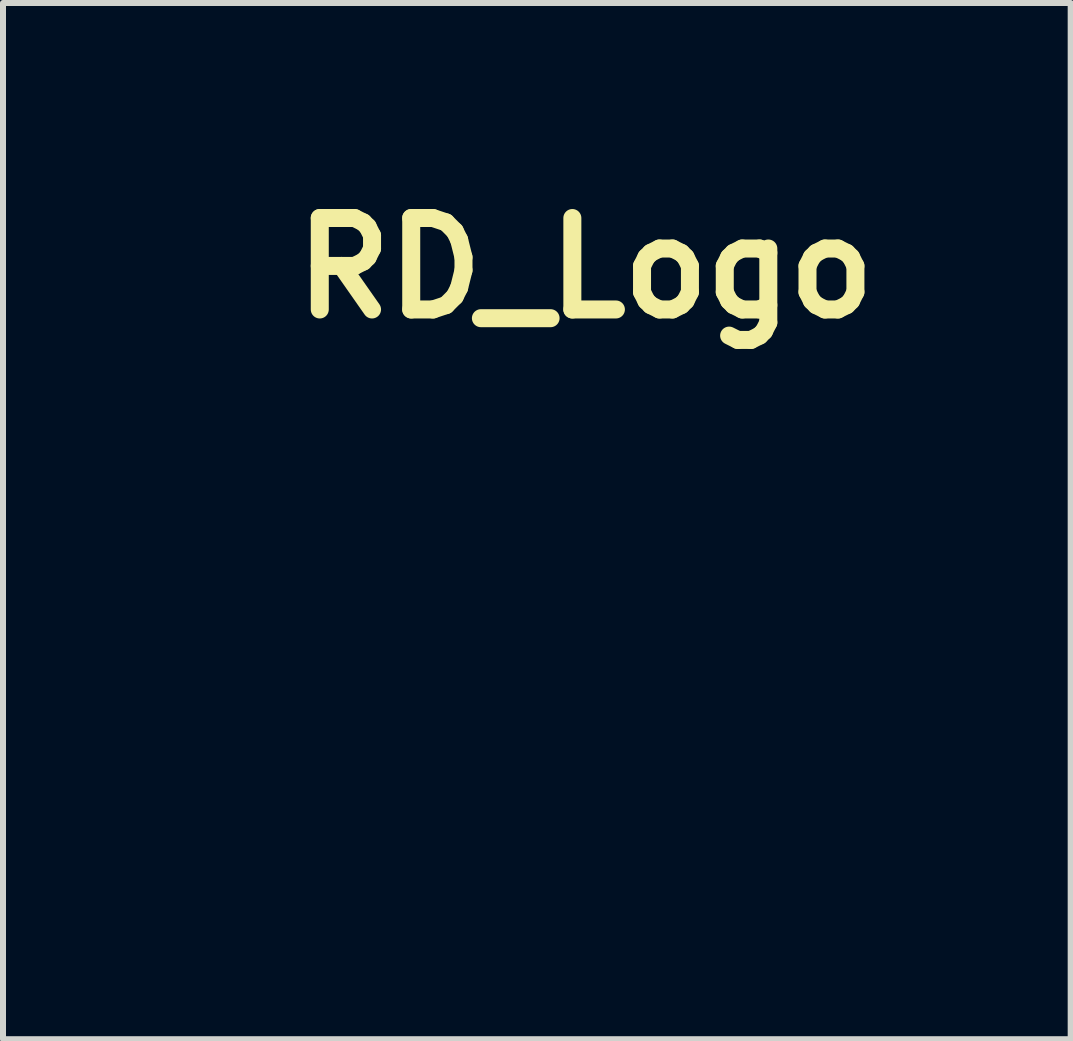
<source format=kicad_pcb>
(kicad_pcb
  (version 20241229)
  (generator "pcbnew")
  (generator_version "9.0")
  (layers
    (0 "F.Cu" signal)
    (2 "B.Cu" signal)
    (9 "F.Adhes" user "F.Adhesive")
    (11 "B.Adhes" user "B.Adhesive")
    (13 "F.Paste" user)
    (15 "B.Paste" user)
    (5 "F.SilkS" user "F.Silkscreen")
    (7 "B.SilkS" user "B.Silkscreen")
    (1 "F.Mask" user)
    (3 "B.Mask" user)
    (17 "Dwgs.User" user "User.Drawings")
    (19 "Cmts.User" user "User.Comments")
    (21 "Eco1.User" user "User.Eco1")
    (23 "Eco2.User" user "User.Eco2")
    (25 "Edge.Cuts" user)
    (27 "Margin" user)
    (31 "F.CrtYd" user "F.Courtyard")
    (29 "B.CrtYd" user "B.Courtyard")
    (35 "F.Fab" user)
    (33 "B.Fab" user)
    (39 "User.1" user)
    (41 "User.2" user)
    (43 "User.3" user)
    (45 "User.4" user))
  (footprint "RD_Logo"
    (layer "F.Cu")
    (at 1.656 9.278)
    (property "Reference" "RD_Logo" (at 5.05 -7.86 0) (layer "F.SilkS") (effects (font (size 1.524 1.524) (thickness 0.3))))
    (attr through_hole)
    (fp_poly (pts (xy 0.036 0.48) (xy 0.038 0.482) (xy 0.039 0.486) (xy 0.04 0.49) (xy 0.042 0.501) (xy 0.044 0.51) (xy 0.048 0.519) (xy 0.053 0.527) (xy 0.057 0.532) (xy 0.064 0.538) (xy 0.072 0.544) (xy 0.082 0.55) (xy 0.092 0.555) (xy 0.102 0.559) (xy 0.106 0.561) (xy 0.109 0.562) (xy 0.11 0.564) (xy 0.111 0.565) (xy 0.11 0.567) (xy 0.11 0.568) (xy 0.109 0.569) (xy 0.106 0.569) (xy 0.101 0.57) (xy 0.096 0.571) (xy 0.089 0.572) (xy 0.082 0.573) (xy 0.074 0.573) (xy 0.067 0.574) (xy 0.06 0.575) (xy 0.053 0.576) (xy 0.047 0.576) (xy 0.043 0.577) (xy 0.039 0.577) (xy 0.039 0.577) (xy 0.035 0.577) (xy 0.031 0.576) (xy 0.029 0.576) (xy 0.022 0.573) (xy 0.016 0.569) (xy 0.011 0.563) (xy 0.007 0.557) (xy 0.006 0.555) (xy 0.005 0.553) (xy 0.005 0.55) (xy 0.005 0.547) (xy 0.006 0.544) (xy 0.007 0.539) (xy 0.009 0.534) (xy 0.011 0.527) (xy 0.014 0.519) (xy 0.017 0.512) (xy 0.02 0.505) (xy 0.022 0.498) (xy 0.025 0.492) (xy 0.027 0.487) (xy 0.029 0.483) (xy 0.03 0.481) (xy 0.03 0.481) (xy 0.033 0.479) (xy 0.036 0.48)) (stroke (width 0.01) (type solid)) (fill yes) (layer "F.Mask"))
    (fp_poly (pts (xy -0.355 -1.675) (xy -0.354 -1.674) (xy -0.354 -1.673) (xy -0.354 -1.672) (xy -0.356 -1.67) (xy -0.358 -1.667) (xy -0.362 -1.663) (xy -0.367 -1.658) (xy -0.373 -1.651) (xy -0.373 -1.651) (xy -0.389 -1.635) (xy -0.404 -1.62) (xy -0.418 -1.606) (xy -0.43 -1.593) (xy -0.442 -1.581) (xy -0.453 -1.569) (xy -0.463 -1.557) (xy -0.47 -1.549) (xy -0.475 -1.544) (xy -0.479 -1.539) (xy -0.482 -1.535) (xy -0.486 -1.53) (xy -0.49 -1.525) (xy -0.494 -1.519) (xy -0.499 -1.512) (xy -0.504 -1.504) (xy -0.513 -1.492) (xy -0.522 -1.48) (xy -0.53 -1.468) (xy -0.538 -1.457) (xy -0.546 -1.447) (xy -0.553 -1.438) (xy -0.553 -1.438) (xy -0.566 -1.423) (xy -0.577 -1.408) (xy -0.588 -1.395) (xy -0.597 -1.383) (xy -0.606 -1.371) (xy -0.614 -1.36) (xy -0.619 -1.352) (xy -0.622 -1.347) (xy -0.626 -1.341) (xy -0.63 -1.333) (xy -0.635 -1.324) (xy -0.641 -1.313) (xy -0.647 -1.301) (xy -0.653 -1.289) (xy -0.66 -1.275) (xy -0.667 -1.261) (xy -0.674 -1.247) (xy -0.681 -1.232) (xy -0.688 -1.217) (xy -0.695 -1.202) (xy -0.702 -1.187) (xy -0.708 -1.174) (xy -0.713 -1.163) (xy -0.718 -1.151) (xy -0.724 -1.138) (xy -0.73 -1.125) (xy -0.736 -1.11) (xy -0.742 -1.096) (xy -0.748 -1.082) (xy -0.754 -1.069) (xy -0.759 -1.056) (xy -0.764 -1.043) (xy -0.768 -1.032) (xy -0.772 -1.023) (xy -0.775 -1.017) (xy -0.778 -1.01) (xy -0.78 -1.005) (xy -0.783 -1.002) (xy -0.785 -1.002) (xy -0.787 -1.002) (xy -0.789 -1.004) (xy -0.789 -1.004) (xy -0.791 -1.006) (xy -0.791 -1.008) (xy -0.791 -1.008) (xy -0.791 -1.009) (xy -0.791 -1.013) (xy -0.789 -1.017) (xy -0.788 -1.023) (xy -0.786 -1.03) (xy -0.784 -1.038) (xy -0.782 -1.046) (xy -0.78 -1.055) (xy -0.778 -1.063) (xy -0.776 -1.072) (xy -0.774 -1.08) (xy -0.772 -1.088) (xy -0.77 -1.094) (xy -0.768 -1.1) (xy -0.768 -1.101) (xy -0.762 -1.122) (xy -0.755 -1.145) (xy -0.747 -1.169) (xy -0.738 -1.196) (xy -0.728 -1.224) (xy -0.717 -1.253) (xy -0.705 -1.284) (xy -0.692 -1.315) (xy -0.686 -1.332) (xy -0.679 -1.348) (xy -0.674 -1.362) (xy -0.668 -1.374) (xy -0.664 -1.385) (xy -0.659 -1.394) (xy -0.656 -1.402) (xy -0.652 -1.409) (xy -0.649 -1.415) (xy -0.645 -1.421) (xy -0.642 -1.425) (xy -0.64 -1.429) (xy -0.639 -1.43) (xy -0.631 -1.439) (xy -0.621 -1.45) (xy -0.61 -1.462) (xy -0.598 -1.474) (xy -0.584 -1.487) (xy -0.569 -1.501) (xy -0.554 -1.516) (xy -0.537 -1.53) (xy -0.52 -1.545) (xy -0.503 -1.561) (xy -0.484 -1.576) (xy -0.466 -1.591) (xy -0.447 -1.607) (xy -0.429 -1.622) (xy -0.41 -1.636) (xy -0.391 -1.65) (xy -0.389 -1.652) (xy -0.381 -1.658) (xy -0.374 -1.663) (xy -0.369 -1.667) (xy -0.365 -1.67) (xy -0.362 -1.672) (xy -0.359 -1.674) (xy -0.358 -1.675) (xy -0.356 -1.675) (xy -0.356 -1.675) (xy -0.355 -1.675)) (stroke (width 0.01) (type solid)) (fill yes) (layer "F.Mask"))
    (fp_poly (pts (xy -1.022 -0.779) (xy -1.022 -0.779) (xy -1.019 -0.778) (xy -1.017 -0.777) (xy -1.014 -0.775) (xy -1.012 -0.772) (xy -1.009 -0.768) (xy -1.005 -0.763) (xy -1.003 -0.758) (xy -0.999 -0.752) (xy -0.995 -0.746) (xy -0.992 -0.74) (xy -0.989 -0.735) (xy -0.985 -0.728) (xy -0.982 -0.722) (xy -0.978 -0.715) (xy -0.974 -0.708) (xy -0.969 -0.699) (xy -0.964 -0.69) (xy -0.959 -0.68) (xy -0.953 -0.669) (xy -0.946 -0.656) (xy -0.939 -0.643) (xy -0.931 -0.627) (xy -0.922 -0.61) (xy -0.922 -0.61) (xy -0.906 -0.579) (xy -0.893 -0.566) (xy -0.891 -0.564) (xy -0.888 -0.561) (xy -0.884 -0.557) (xy -0.878 -0.551) (xy -0.872 -0.545) (xy -0.863 -0.537) (xy -0.854 -0.528) (xy -0.844 -0.518) (xy -0.832 -0.506) (xy -0.82 -0.494) (xy -0.806 -0.481) (xy -0.792 -0.467) (xy -0.776 -0.452) (xy -0.76 -0.437) (xy -0.743 -0.42) (xy -0.726 -0.403) (xy -0.708 -0.386) (xy -0.689 -0.367) (xy -0.669 -0.349) (xy -0.649 -0.329) (xy -0.629 -0.309) (xy -0.608 -0.289) (xy -0.587 -0.269) (xy -0.565 -0.248) (xy -0.56 -0.243) (xy -0.534 -0.217) (xy -0.509 -0.194) (xy -0.486 -0.171) (xy -0.464 -0.15) (xy -0.444 -0.13) (xy -0.424 -0.112) (xy -0.406 -0.094) (xy -0.389 -0.078) (xy -0.374 -0.063) (xy -0.359 -0.049) (xy -0.345 -0.035) (xy -0.333 -0.023) (xy -0.321 -0.012) (xy -0.31 -0.002) (xy -0.301 0.008) (xy -0.292 0.016) (xy -0.283 0.024) (xy -0.276 0.031) (xy -0.269 0.038) (xy -0.263 0.043) (xy -0.258 0.049) (xy -0.253 0.053) (xy -0.249 0.057) (xy -0.245 0.06) (xy -0.242 0.063) (xy -0.239 0.066) (xy -0.237 0.068) (xy -0.235 0.07) (xy -0.233 0.072) (xy -0.231 0.073) (xy -0.23 0.074) (xy -0.229 0.075) (xy -0.228 0.075) (xy -0.216 0.083) (xy -0.203 0.089) (xy -0.192 0.094) (xy -0.181 0.097) (xy -0.172 0.098) (xy -0.172 0.098) (xy -0.167 0.098) (xy -0.163 0.098) (xy -0.16 0.097) (xy -0.156 0.096) (xy -0.148 0.092) (xy -0.139 0.086) (xy -0.13 0.079) (xy -0.12 0.069) (xy -0.11 0.058) (xy -0.1 0.046) (xy -0.1 0.045) (xy -0.096 0.039) (xy -0.092 0.035) (xy -0.09 0.032) (xy -0.088 0.03) (xy -0.086 0.028) (xy -0.085 0.028) (xy -0.084 0.027) (xy -0.083 0.027) (xy -0.08 0.028) (xy -0.078 0.03) (xy -0.077 0.031) (xy -0.076 0.032) (xy -0.076 0.034) (xy -0.076 0.036) (xy -0.076 0.039) (xy -0.076 0.043) (xy -0.077 0.049) (xy -0.078 0.057) (xy -0.082 0.074) (xy -0.086 0.09) (xy -0.091 0.104) (xy -0.098 0.117) (xy -0.105 0.129) (xy -0.114 0.14) (xy -0.118 0.144) (xy -0.126 0.152) (xy -0.135 0.159) (xy -0.144 0.165) (xy -0.153 0.17) (xy -0.161 0.174) (xy -0.168 0.176) (xy -0.175 0.177) (xy -0.183 0.176) (xy -0.192 0.173) (xy -0.201 0.17) (xy -0.21 0.165) (xy -0.218 0.159) (xy -0.219 0.158) (xy -0.222 0.155) (xy -0.226 0.151) (xy -0.231 0.146) (xy -0.238 0.14) (xy -0.245 0.132) (xy -0.253 0.124) (xy -0.262 0.116) (xy -0.272 0.106) (xy -0.282 0.096) (xy -0.293 0.086) (xy -0.304 0.075) (xy -0.313 0.066) (xy -0.325 0.055) (xy -0.336 0.043) (xy -0.347 0.033) (xy -0.357 0.023) (xy -0.366 0.014) (xy -0.375 0.006) (xy -0.382 -0.001) (xy -0.388 -0.007) (xy -0.394 -0.012) (xy -0.398 -0.016) (xy -0.401 -0.019) (xy -0.402 -0.02) (xy -0.402 -0.02) (xy -0.403 -0.018) (xy -0.403 -0.015) (xy -0.404 -0.013) (xy -0.405 -0.003) (xy -0.407 0.007) (xy -0.41 0.019) (xy -0.414 0.031) (xy -0.418 0.043) (xy -0.422 0.055) (xy -0.423 0.058) (xy -0.428 0.071) (xy -0.434 0.082) (xy -0.439 0.093) (xy -0.445 0.104) (xy -0.451 0.115) (xy -0.458 0.127) (xy -0.467 0.139) (xy -0.472 0.147) (xy -0.477 0.154) (xy -0.482 0.161) (xy -0.487 0.169) (xy -0.493 0.176) (xy -0.499 0.184) (xy -0.505 0.192) (xy -0.51 0.199) (xy -0.515 0.205) (xy -0.519 0.211) (xy -0.523 0.215) (xy -0.526 0.219) (xy -0.528 0.221) (xy -0.529 0.222) (xy -0.531 0.222) (xy -0.534 0.222) (xy -0.538 0.222) (xy -0.544 0.222) (xy -0.55 0.222) (xy -0.556 0.222) (xy -0.562 0.222) (xy -0.568 0.222) (xy -0.573 0.222) (xy -0.576 0.222) (xy -0.577 0.222) (xy -0.59 0.221) (xy -0.602 0.219) (xy -0.613 0.217) (xy -0.625 0.214) (xy -0.638 0.211) (xy -0.659 0.204) (xy -0.681 0.196) (xy -0.703 0.187) (xy -0.724 0.178) (xy -0.737 0.172) (xy -0.753 0.163) (xy -0.768 0.155) (xy -0.781 0.147) (xy -0.793 0.138) (xy -0.805 0.129) (xy -0.817 0.119) (xy -0.829 0.108) (xy -0.834 0.103) (xy -0.851 0.085) (xy -0.867 0.066) (xy -0.882 0.047) (xy -0.897 0.026) (xy -0.911 0.004) (xy -0.925 -0.019) (xy -0.938 -0.045) (xy -0.942 -0.051) (xy -0.538 -0.051) (xy -0.537 -0.041) (xy -0.533 -0.03) (xy -0.529 -0.02) (xy -0.524 -0.014) (xy -0.517 -0.007) (xy -0.51 -0.002) (xy -0.503 0.002) (xy -0.496 0.005) (xy -0.495 0.005) (xy -0.489 0.006) (xy -0.483 0.006) (xy -0.477 0.005) (xy -0.477 0.005) (xy -0.469 0.002) (xy -0.462 -0.002) (xy -0.456 -0.008) (xy -0.454 -0.009) (xy -0.448 -0.016) (xy -0.444 -0.024) (xy -0.44 -0.033) (xy -0.437 -0.044) (xy -0.436 -0.049) (xy -0.435 -0.054) (xy -0.468 -0.085) (xy -0.474 -0.092) (xy -0.481 -0.098) (xy -0.486 -0.103) (xy -0.491 -0.108) (xy -0.496 -0.112) (xy -0.499 -0.115) (xy -0.501 -0.116) (xy -0.501 -0.117) (xy -0.503 -0.116) (xy -0.505 -0.114) (xy -0.509 -0.111) (xy -0.512 -0.108) (xy -0.516 -0.104) (xy -0.519 -0.1) (xy -0.522 -0.097) (xy -0.524 -0.095) (xy -0.53 -0.084) (xy -0.535 -0.074) (xy -0.537 -0.062) (xy -0.538 -0.051) (xy -0.942 -0.051) (xy -0.943 -0.055) (xy -0.959 -0.088) (xy -0.973 -0.121) (xy -0.986 -0.153) (xy -0.998 -0.185) (xy -1.007 -0.216) (xy -1.016 -0.247) (xy -1.017 -0.251) (xy -0.738 -0.251) (xy -0.738 -0.244) (xy -0.738 -0.238) (xy -0.738 -0.233) (xy -0.737 -0.229) (xy -0.736 -0.225) (xy -0.736 -0.222) (xy -0.731 -0.205) (xy -0.725 -0.188) (xy -0.716 -0.173) (xy -0.706 -0.158) (xy -0.7 -0.151) (xy -0.695 -0.145) (xy -0.69 -0.141) (xy -0.685 -0.138) (xy -0.684 -0.137) (xy -0.67 -0.13) (xy -0.655 -0.124) (xy -0.641 -0.12) (xy -0.635 -0.12) (xy -0.629 -0.119) (xy -0.621 -0.119) (xy -0.614 -0.12) (xy -0.608 -0.12) (xy -0.603 -0.121) (xy -0.592 -0.125) (xy -0.583 -0.131) (xy -0.574 -0.138) (xy -0.568 -0.144) (xy -0.566 -0.149) (xy -0.563 -0.154) (xy -0.56 -0.16) (xy -0.558 -0.165) (xy -0.557 -0.168) (xy -0.557 -0.168) (xy -0.558 -0.169) (xy -0.558 -0.17) (xy -0.559 -0.171) (xy -0.561 -0.173) (xy -0.563 -0.175) (xy -0.565 -0.178) (xy -0.569 -0.181) (xy -0.573 -0.186) (xy -0.578 -0.191) (xy -0.584 -0.197) (xy -0.591 -0.204) (xy -0.599 -0.212) (xy -0.609 -0.221) (xy -0.619 -0.231) (xy -0.631 -0.243) (xy -0.637 -0.249) (xy -0.648 -0.259) (xy -0.658 -0.269) (xy -0.668 -0.279) (xy -0.677 -0.288) (xy -0.686 -0.296) (xy -0.693 -0.304) (xy -0.7 -0.31) (xy -0.706 -0.316) (xy -0.711 -0.321) (xy -0.715 -0.324) (xy -0.717 -0.327) (xy -0.718 -0.328) (xy -0.718 -0.328) (xy -0.719 -0.327) (xy -0.72 -0.324) (xy -0.722 -0.321) (xy -0.724 -0.317) (xy -0.726 -0.312) (xy -0.728 -0.307) (xy -0.73 -0.303) (xy -0.73 -0.301) (xy -0.733 -0.292) (xy -0.735 -0.284) (xy -0.737 -0.276) (xy -0.738 -0.268) (xy -0.738 -0.259) (xy -0.738 -0.251) (xy -1.017 -0.251) (xy -1.022 -0.277) (xy -1.027 -0.306) (xy -1.031 -0.334) (xy -1.033 -0.36) (xy -1.033 -0.37) (xy -1.033 -0.378) (xy -1.033 -0.384) (xy -1.033 -0.388) (xy -1.033 -0.391) (xy -1.034 -0.393) (xy -1.034 -0.395) (xy -1.034 -0.396) (xy -1.035 -0.396) (xy -1.036 -0.397) (xy -1.039 -0.399) (xy -1.043 -0.402) (xy -1.049 -0.405) (xy -1.055 -0.409) (xy -1.063 -0.414) (xy -1.072 -0.42) (xy -1.082 -0.426) (xy -1.092 -0.433) (xy -1.103 -0.44) (xy -1.114 -0.447) (xy -1.129 -0.456) (xy -1.143 -0.465) (xy -1.155 -0.472) (xy -1.165 -0.479) (xy -1.175 -0.485) (xy -1.182 -0.49) (xy -1.188 -0.494) (xy -1.192 -0.497) (xy -1.195 -0.499) (xy -1.196 -0.499) (xy -1.198 -0.502) (xy -1.199 -0.504) (xy -1.2 -0.507) (xy -1.2 -0.508) (xy -1.199 -0.512) (xy -1.196 -0.516) (xy -1.192 -0.519) (xy -1.189 -0.521) (xy -1.184 -0.522) (xy -1.178 -0.522) (xy -1.172 -0.522) (xy -1.167 -0.521) (xy -1.167 -0.521) (xy -1.165 -0.52) (xy -1.162 -0.519) (xy -1.157 -0.517) (xy -1.151 -0.514) (xy -1.144 -0.511) (xy -1.136 -0.507) (xy -1.128 -0.503) (xy -1.12 -0.499) (xy -1.112 -0.495) (xy -1.105 -0.492) (xy -1.097 -0.488) (xy -1.091 -0.485) (xy -1.086 -0.482) (xy -1.083 -0.481) (xy -1.078 -0.478) (xy -1.072 -0.474) (xy -1.065 -0.47) (xy -1.057 -0.466) (xy -1.05 -0.462) (xy -1.048 -0.46) (xy -1.04 -0.456) (xy -1.034 -0.452) (xy -1.03 -0.45) (xy -1.026 -0.448) (xy -1.023 -0.447) (xy -1.021 -0.447) (xy -1.019 -0.447) (xy -1.017 -0.448) (xy -1.015 -0.449) (xy -1.011 -0.452) (xy -1.008 -0.457) (xy -1.004 -0.462) (xy -1.002 -0.467) (xy -1 -0.473) (xy -1 -0.477) (xy -1 -0.477) (xy -1.001 -0.478) (xy -1.001 -0.479) (xy -1.001 -0.48) (xy -1.002 -0.481) (xy -1.003 -0.482) (xy -1.004 -0.484) (xy -1.006 -0.486) (xy -1.009 -0.489) (xy -1.012 -0.493) (xy -1.016 -0.498) (xy -1.022 -0.504) (xy -1.028 -0.511) (xy -1.035 -0.519) (xy -1.044 -0.528) (xy -1.047 -0.532) (xy -1.058 -0.544) (xy -1.069 -0.556) (xy -1.08 -0.568) (xy -1.09 -0.58) (xy -1.1 -0.592) (xy -1.11 -0.602) (xy -1.119 -0.612) (xy -1.127 -0.621) (xy -1.134 -0.629) (xy -1.136 -0.632) (xy -1.143 -0.64) (xy -1.149 -0.647) (xy -1.153 -0.653) (xy -1.157 -0.657) (xy -1.16 -0.661) (xy -1.162 -0.664) (xy -1.163 -0.667) (xy -1.164 -0.669) (xy -1.164 -0.671) (xy -1.164 -0.674) (xy -1.164 -0.675) (xy -1.164 -0.682) (xy -1.161 -0.687) (xy -1.158 -0.692) (xy -1.154 -0.696) (xy -1.149 -0.698) (xy -1.144 -0.699) (xy -1.138 -0.698) (xy -1.138 -0.698) (xy -1.136 -0.697) (xy -1.134 -0.694) (xy -1.13 -0.691) (xy -1.125 -0.687) (xy -1.119 -0.681) (xy -1.113 -0.675) (xy -1.106 -0.669) (xy -1.099 -0.662) (xy -1.096 -0.659) (xy -1.087 -0.65) (xy -1.078 -0.641) (xy -1.069 -0.633) (xy -1.061 -0.625) (xy -1.053 -0.616) (xy -1.045 -0.608) (xy -1.036 -0.599) (xy -1.026 -0.589) (xy -1.016 -0.578) (xy -1.005 -0.566) (xy -0.996 -0.557) (xy -0.991 -0.552) (xy -0.986 -0.547) (xy -0.982 -0.543) (xy -0.978 -0.539) (xy -0.975 -0.537) (xy -0.974 -0.536) (xy -0.969 -0.535) (xy -0.964 -0.534) (xy -0.96 -0.535) (xy -0.957 -0.537) (xy -0.955 -0.54) (xy -0.954 -0.543) (xy -0.954 -0.547) (xy -0.955 -0.551) (xy -0.956 -0.553) (xy -0.957 -0.557) (xy -0.959 -0.562) (xy -0.962 -0.568) (xy -0.965 -0.576) (xy -0.969 -0.585) (xy -0.973 -0.594) (xy -0.978 -0.604) (xy -0.983 -0.615) (xy -0.984 -0.617) (xy -0.991 -0.634) (xy -0.998 -0.65) (xy -1.004 -0.663) (xy -1.01 -0.676) (xy -1.014 -0.687) (xy -1.019 -0.698) (xy -1.023 -0.707) (xy -1.026 -0.716) (xy -1.03 -0.725) (xy -1.032 -0.731) (xy -1.034 -0.736) (xy -1.035 -0.74) (xy -1.036 -0.743) (xy -1.036 -0.746) (xy -1.036 -0.75) (xy -1.036 -0.754) (xy -1.036 -0.761) (xy -1.036 -0.765) (xy -1.035 -0.768) (xy -1.034 -0.771) (xy -1.031 -0.774) (xy -1.029 -0.776) (xy -1.026 -0.778) (xy -1.024 -0.779) (xy -1.022 -0.779)) (stroke (width 0.01) (type solid)) (fill yes) (layer "F.Mask"))
    (fp_poly (pts (xy -0.148 -1.984) (xy -0.138 -1.984) (xy -0.129 -1.984) (xy -0.123 -1.983) (xy -0.11 -1.982) (xy -0.098 -1.981) (xy -0.086 -1.98) (xy -0.074 -1.979) (xy -0.062 -1.977) (xy -0.052 -1.975) (xy -0.042 -1.974) (xy -0.033 -1.972) (xy -0.026 -1.97) (xy -0.02 -1.969) (xy -0.016 -1.967) (xy -0.015 -1.967) (xy -0.01 -1.962) (xy -0.005 -1.956) (xy -0.001 -1.948) (xy 0.003 -1.938) (xy 0.007 -1.927) (xy 0.01 -1.913) (xy 0.013 -1.897) (xy 0.014 -1.895) (xy 0.015 -1.883) (xy 0.017 -1.87) (xy 0.019 -1.855) (xy 0.02 -1.839) (xy 0.022 -1.823) (xy 0.023 -1.805) (xy 0.024 -1.788) (xy 0.025 -1.77) (xy 0.026 -1.753) (xy 0.027 -1.736) (xy 0.027 -1.723) (xy 0.027 -1.711) (xy 0.027 -1.699) (xy 0.027 -1.688) (xy 0.027 -1.677) (xy 0.026 -1.666) (xy 0.026 -1.655) (xy 0.025 -1.642) (xy 0.024 -1.629) (xy 0.022 -1.614) (xy 0.021 -1.597) (xy 0.02 -1.593) (xy 0.02 -1.587) (xy 0.019 -1.581) (xy 0.019 -1.577) (xy 0.018 -1.573) (xy 0.018 -1.571) (xy 0.019 -1.571) (xy 0.02 -1.571) (xy 0.022 -1.57) (xy 0.027 -1.569) (xy 0.032 -1.567) (xy 0.039 -1.566) (xy 0.047 -1.564) (xy 0.055 -1.561) (xy 0.057 -1.561) (xy 0.096 -1.551) (xy 0.134 -1.541) (xy 0.17 -1.531) (xy 0.205 -1.521) (xy 0.238 -1.511) (xy 0.271 -1.502) (xy 0.302 -1.492) (xy 0.333 -1.481) (xy 0.364 -1.471) (xy 0.394 -1.461) (xy 0.424 -1.45) (xy 0.435 -1.446) (xy 0.492 -1.423) (xy 0.547 -1.4) (xy 0.601 -1.377) (xy 0.653 -1.352) (xy 0.703 -1.326) (xy 0.752 -1.3) (xy 0.799 -1.272) (xy 0.844 -1.244) (xy 0.887 -1.215) (xy 0.928 -1.186) (xy 0.968 -1.155) (xy 1.004 -1.125) (xy 1.034 -1.098) (xy 1.065 -1.069) (xy 1.096 -1.039) (xy 1.127 -1.007) (xy 1.157 -0.973) (xy 1.188 -0.939) (xy 1.218 -0.903) (xy 1.248 -0.866) (xy 1.277 -0.829) (xy 1.305 -0.79) (xy 1.311 -0.782) (xy 1.34 -0.74) (xy 1.368 -0.698) (xy 1.394 -0.657) (xy 1.418 -0.615) (xy 1.441 -0.573) (xy 1.464 -0.53) (xy 1.485 -0.486) (xy 1.506 -0.441) (xy 1.511 -0.428) (xy 1.533 -0.376) (xy 1.554 -0.322) (xy 1.573 -0.269) (xy 1.59 -0.215) (xy 1.606 -0.161) (xy 1.62 -0.108) (xy 1.632 -0.055) (xy 1.635 -0.04) (xy 1.637 -0.031) (xy 1.638 -0.021) (xy 1.64 -0.011) (xy 1.642 -0.001) (xy 1.644 0.009) (xy 1.645 0.018) (xy 1.647 0.027) (xy 1.648 0.035) (xy 1.649 0.041) (xy 1.649 0.047) (xy 1.65 0.051) (xy 1.65 0.053) (xy 1.65 0.053) (xy 1.649 0.053) (xy 1.647 0.05) (xy 1.645 0.047) (xy 1.641 0.041) (xy 1.637 0.035) (xy 1.632 0.027) (xy 1.627 0.018) (xy 1.621 0.009) (xy 1.614 -0.002) (xy 1.607 -0.013) (xy 1.6 -0.025) (xy 1.593 -0.037) (xy 1.585 -0.05) (xy 1.577 -0.063) (xy 1.569 -0.076) (xy 1.561 -0.09) (xy 1.553 -0.103) (xy 1.549 -0.109) (xy 1.534 -0.134) (xy 1.518 -0.159) (xy 1.503 -0.184) (xy 1.486 -0.208) (xy 1.469 -0.234) (xy 1.451 -0.259) (xy 1.432 -0.286) (xy 1.411 -0.314) (xy 1.4 -0.329) (xy 1.396 -0.334) (xy 1.391 -0.34) (xy 1.386 -0.348) (xy 1.38 -0.356) (xy 1.374 -0.364) (xy 1.368 -0.373) (xy 1.362 -0.381) (xy 1.362 -0.382) (xy 1.352 -0.395) (xy 1.344 -0.407) (xy 1.336 -0.418) (xy 1.33 -0.427) (xy 1.324 -0.435) (xy 1.318 -0.443) (xy 1.313 -0.449) (xy 1.309 -0.455) (xy 1.305 -0.46) (xy 1.301 -0.464) (xy 1.297 -0.468) (xy 1.294 -0.472) (xy 1.292 -0.474) (xy 1.288 -0.478) (xy 1.284 -0.482) (xy 1.279 -0.487) (xy 1.274 -0.492) (xy 1.27 -0.496) (xy 1.266 -0.5) (xy 1.262 -0.503) (xy 1.259 -0.506) (xy 1.257 -0.507) (xy 1.256 -0.508) (xy 1.256 -0.507) (xy 1.257 -0.504) (xy 1.259 -0.501) (xy 1.26 -0.497) (xy 1.265 -0.485) (xy 1.269 -0.471) (xy 1.275 -0.456) (xy 1.28 -0.439) (xy 1.285 -0.421) (xy 1.291 -0.402) (xy 1.297 -0.383) (xy 1.302 -0.362) (xy 1.308 -0.341) (xy 1.313 -0.32) (xy 1.318 -0.3) (xy 1.323 -0.279) (xy 1.325 -0.268) (xy 1.336 -0.215) (xy 1.346 -0.163) (xy 1.354 -0.112) (xy 1.361 -0.061) (xy 1.366 -0.012) (xy 1.37 0.036) (xy 1.372 0.084) (xy 1.373 0.13) (xy 1.373 0.175) (xy 1.371 0.218) (xy 1.368 0.252) (xy 1.364 0.293) (xy 1.358 0.334) (xy 1.35 0.377) (xy 1.341 0.42) (xy 1.33 0.464) (xy 1.318 0.509) (xy 1.304 0.555) (xy 1.288 0.601) (xy 1.271 0.647) (xy 1.253 0.694) (xy 1.233 0.741) (xy 1.212 0.789) (xy 1.211 0.791) (xy 1.208 0.797) (xy 1.205 0.804) (xy 1.202 0.811) (xy 1.198 0.818) (xy 1.195 0.826) (xy 1.191 0.833) (xy 1.188 0.84) (xy 1.185 0.847) (xy 1.182 0.852) (xy 1.18 0.856) (xy 1.178 0.859) (xy 1.178 0.861) (xy 1.178 0.861) (xy 1.177 0.86) (xy 1.178 0.858) (xy 1.178 0.855) (xy 1.178 0.853) (xy 1.179 0.844) (xy 1.181 0.833) (xy 1.182 0.821) (xy 1.183 0.806) (xy 1.184 0.79) (xy 1.185 0.773) (xy 1.187 0.755) (xy 1.187 0.75) (xy 1.187 0.743) (xy 1.187 0.735) (xy 1.188 0.726) (xy 1.188 0.716) (xy 1.188 0.704) (xy 1.188 0.692) (xy 1.188 0.68) (xy 1.188 0.667) (xy 1.188 0.654) (xy 1.188 0.642) (xy 1.188 0.63) (xy 1.188 0.619) (xy 1.188 0.609) (xy 1.188 0.601) (xy 1.187 0.593) (xy 1.187 0.588) (xy 1.187 0.587) (xy 1.186 0.576) (xy 1.185 0.566) (xy 1.184 0.555) (xy 1.182 0.542) (xy 1.181 0.529) (xy 1.179 0.515) (xy 1.177 0.499) (xy 1.174 0.482) (xy 1.172 0.468) (xy 1.171 0.455) (xy 1.169 0.441) (xy 1.167 0.426) (xy 1.165 0.41) (xy 1.163 0.395) (xy 1.161 0.38) (xy 1.159 0.366) (xy 1.158 0.358) (xy 1.156 0.335) (xy 1.153 0.313) (xy 1.151 0.294) (xy 1.149 0.276) (xy 1.147 0.26) (xy 1.145 0.246) (xy 1.143 0.233) (xy 1.141 0.221) (xy 1.14 0.21) (xy 1.138 0.2) (xy 1.136 0.191) (xy 1.135 0.183) (xy 1.133 0.176) (xy 1.132 0.17) (xy 1.13 0.163) (xy 1.128 0.158) (xy 1.128 0.155) (xy 1.124 0.145) (xy 1.124 0.165) (xy 1.122 0.186) (xy 1.12 0.208) (xy 1.116 0.231) (xy 1.111 0.255) (xy 1.105 0.28) (xy 1.098 0.305) (xy 1.09 0.33) (xy 1.081 0.355) (xy 1.072 0.379) (xy 1.062 0.403) (xy 1.051 0.426) (xy 1.046 0.435) (xy 1.043 0.442) (xy 1.039 0.448) (xy 1.036 0.454) (xy 1.033 0.46) (xy 1.029 0.466) (xy 1.025 0.473) (xy 1.02 0.48) (xy 1.015 0.489) (xy 1.009 0.498) (xy 1.002 0.509) (xy 0.995 0.52) (xy 0.986 0.533) (xy 0.978 0.545) (xy 0.971 0.556) (xy 0.965 0.566) (xy 0.959 0.574) (xy 0.954 0.582) (xy 0.95 0.589) (xy 0.946 0.596) (xy 0.943 0.602) (xy 0.939 0.608) (xy 0.936 0.615) (xy 0.934 0.619) (xy 0.927 0.635) (xy 0.92 0.65) (xy 0.915 0.665) (xy 0.91 0.679) (xy 0.906 0.695) (xy 0.903 0.711) (xy 0.901 0.725) (xy 0.894 0.775) (xy 0.888 0.824) (xy 0.884 0.874) (xy 0.882 0.923) (xy 0.88 0.971) (xy 0.88 1.019) (xy 0.881 1.066) (xy 0.884 1.112) (xy 0.888 1.157) (xy 0.893 1.201) (xy 0.9 1.243) (xy 0.905 1.271) (xy 0.907 1.277) (xy 0.908 1.284) (xy 0.91 1.291) (xy 0.912 1.299) (xy 0.913 1.306) (xy 0.915 1.314) (xy 0.917 1.32) (xy 0.918 1.326) (xy 0.919 1.33) (xy 0.92 1.331) (xy 0.92 1.332) (xy 0.918 1.33) (xy 0.915 1.328) (xy 0.912 1.324) (xy 0.907 1.32) (xy 0.901 1.314) (xy 0.895 1.308) (xy 0.888 1.301) (xy 0.881 1.293) (xy 0.873 1.285) (xy 0.866 1.277) (xy 0.858 1.269) (xy 0.85 1.26) (xy 0.842 1.252) (xy 0.839 1.249) (xy 0.801 1.206) (xy 0.764 1.163) (xy 0.729 1.12) (xy 0.694 1.077) (xy 0.661 1.034) (xy 0.63 0.99) (xy 0.6 0.947) (xy 0.571 0.904) (xy 0.544 0.861) (xy 0.518 0.819) (xy 0.494 0.777) (xy 0.472 0.735) (xy 0.452 0.694) (xy 0.44 0.669) (xy 0.433 0.652) (xy 0.425 0.633) (xy 0.416 0.612) (xy 0.408 0.59) (xy 0.398 0.566) (xy 0.389 0.541) (xy 0.379 0.514) (xy 0.369 0.487) (xy 0.359 0.458) (xy 0.349 0.429) (xy 0.339 0.398) (xy 0.338 0.396) (xy 0.335 0.385) (xy 0.331 0.376) (xy 0.329 0.368) (xy 0.326 0.362) (xy 0.325 0.357) (xy 0.323 0.354) (xy 0.322 0.351) (xy 0.322 0.35) (xy 0.321 0.35) (xy 0.321 0.35) (xy 0.321 0.352) (xy 0.319 0.355) (xy 0.317 0.359) (xy 0.315 0.364) (xy 0.315 0.364) (xy 0.313 0.37) (xy 0.311 0.374) (xy 0.309 0.377) (xy 0.307 0.379) (xy 0.305 0.381) (xy 0.305 0.381) (xy 0.3 0.385) (xy 0.299 0.426) (xy 0.299 0.467) (xy 0.315 0.483) (xy 0.327 0.496) (xy 0.338 0.508) (xy 0.347 0.518) (xy 0.354 0.528) (xy 0.36 0.537) (xy 0.364 0.545) (xy 0.368 0.553) (xy 0.368 0.554) (xy 0.369 0.557) (xy 0.37 0.56) (xy 0.37 0.563) (xy 0.37 0.566) (xy 0.369 0.571) (xy 0.369 0.571) (xy 0.366 0.589) (xy 0.361 0.606) (xy 0.355 0.624) (xy 0.346 0.641) (xy 0.336 0.658) (xy 0.325 0.675) (xy 0.32 0.681) (xy 0.316 0.687) (xy 0.309 0.693) (xy 0.302 0.7) (xy 0.295 0.708) (xy 0.287 0.715) (xy 0.28 0.722) (xy 0.273 0.727) (xy 0.272 0.728) (xy 0.252 0.743) (xy 0.231 0.757) (xy 0.207 0.77) (xy 0.182 0.783) (xy 0.156 0.795) (xy 0.129 0.806) (xy 0.1 0.816) (xy 0.071 0.825) (xy 0.04 0.833) (xy 0.009 0.84) (xy -0.019 0.845) (xy -0.038 0.848) (xy -0.057 0.851) (xy -0.074 0.853) (xy -0.092 0.854) (xy -0.11 0.855) (xy -0.128 0.855) (xy -0.148 0.855) (xy -0.151 0.855) (xy -0.191 0.854) (xy -0.231 0.851) (xy -0.271 0.847) (xy -0.312 0.842) (xy -0.352 0.836) (xy -0.391 0.829) (xy -0.429 0.821) (xy -0.442 0.817) (xy -0.468 0.81) (xy -0.496 0.802) (xy -0.524 0.793) (xy -0.552 0.783) (xy -0.581 0.773) (xy -0.609 0.761) (xy -0.636 0.75) (xy -0.644 0.746) (xy -0.65 0.744) (xy -0.655 0.741) (xy -0.659 0.74) (xy -0.662 0.738) (xy -0.664 0.738) (xy -0.664 0.738) (xy -0.663 0.739) (xy -0.662 0.741) (xy -0.66 0.744) (xy -0.657 0.748) (xy -0.655 0.751) (xy -0.639 0.774) (xy -0.622 0.799) (xy -0.605 0.826) (xy -0.588 0.853) (xy -0.571 0.881) (xy -0.555 0.909) (xy -0.539 0.937) (xy -0.529 0.956) (xy -0.513 0.988) (xy -0.496 1.022) (xy -0.48 1.055) (xy -0.465 1.09) (xy -0.45 1.124) (xy -0.436 1.158) (xy -0.423 1.193) (xy -0.411 1.227) (xy -0.399 1.26) (xy -0.388 1.294) (xy -0.378 1.326) (xy -0.369 1.358) (xy -0.361 1.389) (xy -0.355 1.419) (xy -0.349 1.447) (xy -0.345 1.475) (xy -0.342 1.49) (xy -0.341 1.499) (xy -0.341 1.508) (xy -0.34 1.516) (xy -0.339 1.524) (xy -0.339 1.532) (xy -0.338 1.539) (xy -0.338 1.545) (xy -0.338 1.549) (xy -0.339 1.552) (xy -0.339 1.553) (xy -0.339 1.553) (xy -0.34 1.553) (xy -0.341 1.55) (xy -0.343 1.546) (xy -0.346 1.541) (xy -0.349 1.536) (xy -0.352 1.529) (xy -0.353 1.528) (xy -0.366 1.503) (xy -0.379 1.478) (xy -0.392 1.454) (xy -0.405 1.431) (xy -0.418 1.409) (xy -0.43 1.388) (xy -0.442 1.369) (xy -0.453 1.351) (xy -0.464 1.334) (xy -0.467 1.329) (xy -0.472 1.322) (xy -0.478 1.313) (xy -0.484 1.304) (xy -0.491 1.295) (xy -0.497 1.286) (xy -0.503 1.279) (xy -0.509 1.271) (xy -0.515 1.263) (xy -0.521 1.254) (xy -0.527 1.246) (xy -0.533 1.239) (xy -0.538 1.233) (xy -0.538 1.232) (xy -0.543 1.226) (xy -0.547 1.219) (xy -0.552 1.213) (xy -0.556 1.207) (xy -0.559 1.202) (xy -0.56 1.201) (xy -0.562 1.198) (xy -0.564 1.195) (xy -0.565 1.193) (xy -0.566 1.192) (xy -0.566 1.192) (xy -0.566 1.193) (xy -0.566 1.195) (xy -0.566 1.199) (xy -0.565 1.204) (xy -0.564 1.21) (xy -0.562 1.218) (xy -0.56 1.229) (xy -0.56 1.229) (xy -0.556 1.251) (xy -0.551 1.276) (xy -0.547 1.301) (xy -0.541 1.328) (xy -0.536 1.356) (xy -0.53 1.385) (xy -0.525 1.414) (xy -0.519 1.443) (xy -0.513 1.472) (xy -0.507 1.501) (xy -0.501 1.529) (xy -0.495 1.556) (xy -0.49 1.583) (xy -0.484 1.607) (xy -0.482 1.619) (xy -0.48 1.628) (xy -0.478 1.638) (xy -0.476 1.647) (xy -0.474 1.656) (xy -0.472 1.664) (xy -0.471 1.67) (xy -0.47 1.675) (xy -0.47 1.675) (xy -0.464 1.703) (xy -0.46 1.734) (xy -0.455 1.766) (xy -0.452 1.8) (xy -0.449 1.835) (xy -0.447 1.866) (xy -0.447 1.873) (xy -0.446 1.881) (xy -0.446 1.89) (xy -0.446 1.9) (xy -0.446 1.91) (xy -0.446 1.92) (xy -0.445 1.93) (xy -0.445 1.94) (xy -0.445 1.95) (xy -0.445 1.958) (xy -0.445 1.965) (xy -0.445 1.971) (xy -0.446 1.975) (xy -0.446 1.977) (xy -0.447 1.985) (xy -0.468 1.972) (xy -0.502 1.95) (xy -0.537 1.927) (xy -0.572 1.902) (xy -0.608 1.877) (xy -0.645 1.851) (xy -0.681 1.824) (xy -0.718 1.796) (xy -0.753 1.768) (xy -0.789 1.741) (xy -0.823 1.713) (xy -0.846 1.694) (xy -0.876 1.669) (xy -0.903 1.646) (xy -0.93 1.622) (xy -0.956 1.599) (xy -0.981 1.576) (xy -1.006 1.553) (xy -1.031 1.528) (xy -1.053 1.506) (xy -1.081 1.479) (xy -1.107 1.452) (xy -1.132 1.426) (xy -1.155 1.4) (xy -1.178 1.375) (xy -1.2 1.349) (xy -1.222 1.323) (xy -1.243 1.297) (xy -1.265 1.269) (xy -1.286 1.241) (xy -1.303 1.218) (xy -1.339 1.166) (xy -1.374 1.114) (xy -1.407 1.06) (xy -1.438 1.006) (xy -1.467 0.95) (xy -1.495 0.894) (xy -1.521 0.837) (xy -1.545 0.779) (xy -1.564 0.728) (xy -1.573 0.702) (xy -1.582 0.676) (xy -1.59 0.651) (xy -1.597 0.627) (xy -1.603 0.605) (xy -1.607 0.587) (xy -1.614 0.556) (xy -1.62 0.524) (xy -1.626 0.49) (xy -1.631 0.456) (xy -1.636 0.42) (xy -1.639 0.39) (xy -1.55 0.39) (xy -1.55 0.412) (xy -1.548 0.445) (xy -1.545 0.477) (xy -1.541 0.508) (xy -1.535 0.539) (xy -1.527 0.57) (xy -1.521 0.59) (xy -1.518 0.601) (xy -1.514 0.614) (xy -1.509 0.629) (xy -1.503 0.645) (xy -1.498 0.662) (xy -1.491 0.679) (xy -1.485 0.698) (xy -1.478 0.716) (xy -1.471 0.735) (xy -1.464 0.754) (xy -1.457 0.773) (xy -1.451 0.791) (xy -1.444 0.809) (xy -1.437 0.826) (xy -1.431 0.841) (xy -1.426 0.856) (xy -1.42 0.869) (xy -1.418 0.874) (xy -1.398 0.921) (xy -1.377 0.966) (xy -1.355 1.009) (xy -1.332 1.051) (xy -1.309 1.091) (xy -1.285 1.128) (xy -1.261 1.164) (xy -1.235 1.198) (xy -1.227 1.209) (xy -1.219 1.219) (xy -1.211 1.228) (xy -1.203 1.238) (xy -1.196 1.247) (xy -1.187 1.256) (xy -1.179 1.266) (xy -1.17 1.276) (xy -1.161 1.286) (xy -1.15 1.297) (xy -1.14 1.308) (xy -1.128 1.32) (xy -1.115 1.334) (xy -1.101 1.348) (xy -1.085 1.363) (xy -1.074 1.374) (xy -1.058 1.391) (xy -1.042 1.407) (xy -1.027 1.421) (xy -1.014 1.435) (xy -1.001 1.448) (xy -0.988 1.46) (xy -0.976 1.471) (xy -0.964 1.482) (xy -0.952 1.493) (xy -0.94 1.504) (xy -0.927 1.516) (xy -0.914 1.527) (xy -0.912 1.53) (xy -0.903 1.538) (xy -0.895 1.544) (xy -0.889 1.55) (xy -0.884 1.554) (xy -0.88 1.558) (xy -0.877 1.561) (xy -0.874 1.563) (xy -0.873 1.564) (xy -0.872 1.565) (xy -0.871 1.565) (xy -0.871 1.566) (xy -0.871 1.566) (xy -0.871 1.565) (xy -0.871 1.562) (xy -0.872 1.558) (xy -0.874 1.553) (xy -0.875 1.547) (xy -0.876 1.544) (xy -0.892 1.493) (xy -0.91 1.443) (xy -0.929 1.393) (xy -0.95 1.345) (xy -0.972 1.297) (xy -0.996 1.25) (xy -1.021 1.205) (xy -1.048 1.161) (xy -1.048 1.161) (xy -1.058 1.145) (xy -1.068 1.13) (xy -1.079 1.115) (xy -1.089 1.099) (xy -1.1 1.084) (xy -1.112 1.068) (xy -1.125 1.051) (xy -1.138 1.033) (xy -1.152 1.015) (xy -1.168 0.995) (xy -1.184 0.974) (xy -1.186 0.972) (xy -1.199 0.956) (xy -1.211 0.941) (xy -1.222 0.927) (xy -1.234 0.913) (xy -1.245 0.9) (xy -1.256 0.887) (xy -1.268 0.874) (xy -1.28 0.861) (xy -1.293 0.846) (xy -1.307 0.831) (xy -1.316 0.822) (xy -1.322 0.815) (xy -1.329 0.808) (xy -1.335 0.801) (xy -1.341 0.795) (xy -1.346 0.789) (xy -1.351 0.784) (xy -1.354 0.781) (xy -1.354 0.781) (xy -1.376 0.754) (xy -1.398 0.726) (xy -1.419 0.695) (xy -1.439 0.664) (xy -1.458 0.631) (xy -1.475 0.596) (xy -1.492 0.561) (xy -1.507 0.525) (xy -1.521 0.488) (xy -1.533 0.45) (xy -1.54 0.427) (xy -1.542 0.42) (xy -1.544 0.413) (xy -1.546 0.407) (xy -1.547 0.401) (xy -1.547 0.401) (xy -1.55 0.39) (xy -1.639 0.39) (xy -1.64 0.382) (xy -1.643 0.343) (xy -1.646 0.303) (xy -1.648 0.26) (xy -1.65 0.216) (xy -1.65 0.204) (xy -1.65 0.194) (xy -1.65 0.183) (xy -1.651 0.171) (xy -1.651 0.157) (xy -1.651 0.142) (xy -1.651 0.126) (xy -1.651 0.11) (xy -1.651 0.094) (xy -1.651 0.077) (xy -1.65 0.061) (xy -1.65 0.045) (xy -1.65 0.031) (xy -1.65 0.017) (xy -1.65 0.004) (xy -1.649 -0.007) (xy -1.649 -0.017) (xy -1.649 -0.018) (xy -1.648 -0.047) (xy -1.647 -0.074) (xy -1.645 -0.099) (xy -1.644 -0.123) (xy -1.643 -0.146) (xy -1.641 -0.168) (xy -1.639 -0.189) (xy -1.638 -0.209) (xy -1.636 -0.229) (xy -1.634 -0.249) (xy -1.632 -0.269) (xy -1.631 -0.28) (xy -1.624 -0.33) (xy -1.428 -0.33) (xy -1.428 -0.326) (xy -1.428 -0.321) (xy -1.427 -0.314) (xy -1.426 -0.306) (xy -1.425 -0.299) (xy -1.421 -0.259) (xy -1.415 -0.219) (xy -1.408 -0.179) (xy -1.4 -0.14) (xy -1.391 -0.101) (xy -1.382 -0.063) (xy -1.372 -0.026) (xy -1.363 0.004) (xy -1.356 0.026) (xy -1.347 0.049) (xy -1.338 0.074) (xy -1.327 0.1) (xy -1.314 0.128) (xy -1.301 0.157) (xy -1.287 0.186) (xy -1.272 0.217) (xy -1.255 0.249) (xy -1.238 0.281) (xy -1.22 0.315) (xy -1.201 0.349) (xy -1.181 0.383) (xy -1.16 0.418) (xy -1.157 0.423) (xy -1.135 0.46) (xy -1.113 0.496) (xy -1.091 0.53) (xy -1.07 0.562) (xy -1.049 0.594) (xy -1.028 0.623) (xy -1.009 0.651) (xy -0.99 0.677) (xy -0.971 0.701) (xy -0.965 0.709) (xy -0.955 0.721) (xy -0.945 0.734) (xy -0.935 0.748) (xy -0.924 0.763) (xy -0.913 0.777) (xy -0.905 0.788) (xy -0.898 0.798) (xy -0.89 0.81) (xy -0.881 0.824) (xy -0.871 0.838) (xy -0.861 0.853) (xy -0.85 0.87) (xy -0.839 0.886) (xy -0.828 0.904) (xy -0.816 0.921) (xy -0.805 0.938) (xy -0.794 0.955) (xy -0.783 0.972) (xy -0.773 0.988) (xy -0.763 1.004) (xy -0.754 1.018) (xy -0.746 1.032) (xy -0.739 1.044) (xy -0.735 1.05) (xy -0.725 1.067) (xy -0.716 1.083) (xy -0.706 1.1) (xy -0.697 1.117) (xy -0.688 1.134) (xy -0.68 1.151) (xy -0.672 1.167) (xy -0.665 1.182) (xy -0.659 1.195) (xy -0.653 1.208) (xy -0.651 1.214) (xy -0.649 1.218) (xy -0.648 1.222) (xy -0.647 1.224) (xy -0.646 1.224) (xy -0.646 1.223) (xy -0.645 1.221) (xy -0.645 1.217) (xy -0.644 1.211) (xy -0.644 1.205) (xy -0.644 1.204) (xy -0.643 1.193) (xy -0.642 1.181) (xy -0.642 1.169) (xy -0.641 1.158) (xy -0.641 1.148) (xy -0.641 1.139) (xy -0.642 1.132) (xy -0.642 1.13) (xy -0.645 1.11) (xy -0.649 1.09) (xy -0.654 1.069) (xy -0.659 1.054) (xy -0.661 1.049) (xy -0.662 1.045) (xy -0.663 1.042) (xy -0.663 1.04) (xy -0.663 1.038) (xy -0.663 1.038) (xy -0.66 1.035) (xy -0.657 1.034) (xy -0.654 1.034) (xy -0.652 1.035) (xy -0.649 1.037) (xy -0.645 1.04) (xy -0.639 1.045) (xy -0.633 1.051) (xy -0.625 1.057) (xy -0.616 1.065) (xy -0.607 1.073) (xy -0.597 1.082) (xy -0.586 1.092) (xy -0.575 1.102) (xy -0.563 1.113) (xy -0.551 1.124) (xy -0.539 1.136) (xy -0.526 1.147) (xy -0.514 1.159) (xy -0.508 1.165) (xy -0.503 1.17) (xy -0.499 1.173) (xy -0.495 1.177) (xy -0.493 1.179) (xy -0.491 1.18) (xy -0.491 1.18) (xy -0.491 1.179) (xy -0.492 1.177) (xy -0.493 1.173) (xy -0.495 1.168) (xy -0.497 1.162) (xy -0.497 1.161) (xy -0.512 1.123) (xy -0.528 1.084) (xy -0.545 1.046) (xy -0.564 1.009) (xy -0.583 0.971) (xy -0.605 0.933) (xy -0.628 0.896) (xy -0.652 0.857) (xy -0.679 0.818) (xy -0.693 0.798) (xy -0.706 0.779) (xy -0.718 0.762) (xy -0.73 0.746) (xy -0.741 0.732) (xy -0.752 0.718) (xy -0.762 0.705) (xy -0.772 0.692) (xy -0.783 0.679) (xy -0.793 0.667) (xy -0.804 0.655) (xy -0.816 0.642) (xy -0.828 0.628) (xy -0.841 0.614) (xy -0.855 0.599) (xy -0.866 0.588) (xy -0.882 0.571) (xy -0.897 0.556) (xy -0.91 0.542) (xy -0.922 0.529) (xy -0.933 0.517) (xy -0.943 0.506) (xy -0.952 0.497) (xy -0.961 0.488) (xy -0.968 0.479) (xy -0.975 0.472) (xy -0.981 0.464) (xy -0.987 0.458) (xy -0.992 0.451) (xy -0.997 0.445) (xy -1.002 0.439) (xy -1.007 0.433) (xy -1.011 0.427) (xy -1.016 0.421) (xy -1.016 0.42) (xy -1.026 0.407) (xy -1.036 0.392) (xy -1.048 0.376) (xy -1.059 0.358) (xy -1.072 0.34) (xy -1.084 0.32) (xy -1.097 0.301) (xy -1.11 0.28) (xy -1.123 0.26) (xy -1.136 0.24) (xy -1.149 0.219) (xy -1.161 0.2) (xy -1.173 0.18) (xy -1.184 0.162) (xy -1.194 0.144) (xy -1.204 0.128) (xy -1.206 0.125) (xy -1.23 0.082) (xy -1.254 0.037) (xy -1.277 -0.009) (xy -1.3 -0.057) (xy -1.323 -0.105) (xy -1.345 -0.154) (xy -1.366 -0.204) (xy -1.386 -0.253) (xy -1.4 -0.29) (xy -1.403 -0.298) (xy -1.406 -0.305) (xy -1.409 -0.313) (xy -1.412 -0.319) (xy -1.413 -0.324) (xy -1.415 -0.328) (xy -1.416 -0.33) (xy -1.418 -0.335) (xy -1.42 -0.338) (xy -1.422 -0.339) (xy -1.425 -0.339) (xy -1.426 -0.338) (xy -1.427 -0.337) (xy -1.428 -0.336) (xy -1.428 -0.335) (xy -1.428 -0.333) (xy -1.428 -0.33) (xy -1.624 -0.33) (xy -1.623 -0.337) (xy -1.615 -0.392) (xy -1.604 -0.448) (xy -1.593 -0.502) (xy -1.58 -0.556) (xy -1.565 -0.61) (xy -1.554 -0.645) (xy -1.416 -0.645) (xy -1.416 -0.629) (xy -1.416 -0.612) (xy -1.415 -0.594) (xy -1.414 -0.576) (xy -1.414 -0.559) (xy -1.413 -0.541) (xy -1.412 -0.524) (xy -1.41 -0.508) (xy -1.409 -0.492) (xy -1.407 -0.478) (xy -1.406 -0.465) (xy -1.404 -0.454) (xy -1.402 -0.445) (xy -1.4 -0.432) (xy -1.396 -0.42) (xy -1.392 -0.407) (xy -1.388 -0.393) (xy -1.382 -0.38) (xy -1.376 -0.365) (xy -1.368 -0.35) (xy -1.36 -0.333) (xy -1.351 -0.316) (xy -1.341 -0.296) (xy -1.338 -0.291) (xy -1.329 -0.275) (xy -1.321 -0.26) (xy -1.313 -0.247) (xy -1.307 -0.235) (xy -1.301 -0.224) (xy -1.296 -0.213) (xy -1.292 -0.203) (xy -1.287 -0.193) (xy -1.283 -0.184) (xy -1.28 -0.174) (xy -1.276 -0.164) (xy -1.272 -0.153) (xy -1.271 -0.148) (xy -1.265 -0.133) (xy -1.26 -0.118) (xy -1.253 -0.102) (xy -1.247 -0.086) (xy -1.239 -0.07) (xy -1.231 -0.053) (xy -1.222 -0.036) (xy -1.213 -0.018) (xy -1.202 0.001) (xy -1.191 0.021) (xy -1.179 0.042) (xy -1.166 0.064) (xy -1.151 0.087) (xy -1.136 0.111) (xy -1.119 0.137) (xy -1.108 0.155) (xy -1.102 0.163) (xy -1.097 0.172) (xy -1.09 0.182) (xy -1.084 0.192) (xy -1.077 0.202) (xy -1.07 0.213) (xy -1.063 0.224) (xy -1.056 0.234) (xy -1.05 0.244) (xy -1.044 0.253) (xy -1.038 0.261) (xy -1.033 0.269) (xy -1.029 0.275) (xy -1.026 0.28) (xy -1.024 0.282) (xy -1.017 0.291) (xy -1.011 0.301) (xy -1.004 0.311) (xy -0.996 0.321) (xy -0.989 0.331) (xy -0.98 0.342) (xy -0.972 0.353) (xy -0.963 0.365) (xy -0.953 0.378) (xy -0.942 0.391) (xy -0.931 0.406) (xy -0.919 0.421) (xy -0.906 0.437) (xy -0.892 0.455) (xy -0.876 0.473) (xy -0.86 0.493) (xy -0.843 0.515) (xy -0.824 0.538) (xy -0.823 0.539) (xy -0.762 0.614) (xy -0.746 0.622) (xy -0.695 0.645) (xy -0.645 0.666) (xy -0.595 0.685) (xy -0.544 0.703) (xy -0.493 0.718) (xy -0.443 0.731) (xy -0.392 0.743) (xy -0.384 0.745) (xy -0.363 0.749) (xy -0.342 0.752) (xy -0.322 0.756) (xy -0.302 0.758) (xy -0.282 0.761) (xy -0.261 0.763) (xy -0.239 0.765) (xy -0.216 0.767) (xy -0.191 0.768) (xy -0.186 0.768) (xy -0.183 0.769) (xy -0.179 0.769) (xy -0.173 0.769) (xy -0.167 0.769) (xy -0.16 0.769) (xy -0.158 0.769) (xy -0.136 0.769) (xy -0.148 0.758) (xy -0.158 0.748) (xy -0.166 0.738) (xy -0.173 0.728) (xy -0.179 0.719) (xy -0.183 0.708) (xy -0.187 0.697) (xy -0.188 0.693) (xy -0.191 0.68) (xy -0.193 0.665) (xy -0.193 0.648) (xy -0.192 0.63) (xy -0.189 0.611) (xy -0.187 0.595) (xy -0.183 0.578) (xy -0.179 0.563) (xy -0.175 0.55) (xy -0.17 0.538) (xy -0.164 0.529) (xy -0.157 0.521) (xy -0.152 0.516) (xy -0.15 0.515) (xy -0.148 0.513) (xy -0.148 0.513) (xy -0.148 0.514) (xy -0.148 0.517) (xy -0.148 0.521) (xy -0.148 0.526) (xy -0.148 0.528) (xy -0.149 0.537) (xy -0.149 0.548) (xy -0.149 0.56) (xy -0.149 0.572) (xy -0.149 0.583) (xy -0.149 0.593) (xy -0.148 0.599) (xy -0.147 0.618) (xy -0.145 0.636) (xy -0.142 0.652) (xy -0.138 0.667) (xy -0.134 0.68) (xy -0.129 0.693) (xy -0.122 0.706) (xy -0.115 0.718) (xy -0.107 0.729) (xy -0.104 0.733) (xy -0.099 0.739) (xy -0.093 0.745) (xy -0.088 0.751) (xy -0.082 0.756) (xy -0.077 0.76) (xy -0.072 0.762) (xy -0.069 0.764) (xy -0.067 0.764) (xy -0.064 0.764) (xy -0.059 0.763) (xy -0.053 0.762) (xy -0.046 0.761) (xy -0.037 0.76) (xy -0.029 0.759) (xy -0.019 0.757) (xy -0.01 0.755) (xy -0.001 0.754) (xy 0.007 0.752) (xy 0.015 0.75) (xy 0.016 0.75) (xy 0.04 0.745) (xy 0.065 0.738) (xy 0.088 0.732) (xy 0.112 0.724) (xy 0.134 0.717) (xy 0.156 0.709) (xy 0.176 0.701) (xy 0.195 0.692) (xy 0.212 0.684) (xy 0.227 0.676) (xy 0.231 0.674) (xy 0.244 0.665) (xy 0.256 0.656) (xy 0.268 0.646) (xy 0.279 0.636) (xy 0.289 0.626) (xy 0.297 0.616) (xy 0.304 0.606) (xy 0.309 0.597) (xy 0.313 0.588) (xy 0.314 0.583) (xy 0.316 0.576) (xy 0.316 0.569) (xy 0.315 0.563) (xy 0.314 0.559) (xy 0.31 0.548) (xy 0.305 0.538) (xy 0.297 0.528) (xy 0.287 0.518) (xy 0.276 0.508) (xy 0.267 0.502) (xy 0.263 0.499) (xy 0.258 0.497) (xy 0.254 0.494) (xy 0.248 0.491) (xy 0.241 0.488) (xy 0.233 0.484) (xy 0.23 0.482) (xy 0.218 0.477) (xy 0.209 0.471) (xy 0.201 0.466) (xy 0.195 0.462) (xy 0.193 0.459) (xy 0.188 0.453) (xy 0.184 0.444) (xy 0.179 0.434) (xy 0.176 0.422) (xy 0.173 0.411) (xy 0.251 0.411) (xy 0.251 0.411) (xy 0.252 0.411) (xy 0.251 0.41) (xy 0.251 0.411) (xy 0.173 0.411) (xy 0.172 0.408) (xy 0.169 0.392) (xy 0.168 0.39) (xy 0.165 0.371) (xy 0.162 0.35) (xy 0.16 0.328) (xy 0.158 0.305) (xy 0.157 0.281) (xy 0.157 0.257) (xy 0.156 0.244) (xy 0.156 0.235) (xy 0.157 0.227) (xy 0.157 0.222) (xy 0.157 0.218) (xy 0.158 0.214) (xy 0.158 0.212) (xy 0.159 0.211) (xy 0.241 0.211) (xy 0.241 0.221) (xy 0.241 0.226) (xy 0.242 0.23) (xy 0.242 0.233) (xy 0.244 0.236) (xy 0.245 0.238) (xy 0.249 0.246) (xy 0.256 0.252) (xy 0.263 0.257) (xy 0.272 0.26) (xy 0.282 0.262) (xy 0.288 0.262) (xy 0.296 0.262) (xy 0.295 0.259) (xy 0.294 0.258) (xy 0.293 0.254) (xy 0.292 0.249) (xy 0.29 0.244) (xy 0.288 0.238) (xy 0.288 0.236) (xy 0.286 0.23) (xy 0.284 0.224) (xy 0.283 0.22) (xy 0.282 0.216) (xy 0.281 0.215) (xy 0.281 0.214) (xy 0.28 0.214) (xy 0.277 0.214) (xy 0.273 0.213) (xy 0.269 0.213) (xy 0.263 0.213) (xy 0.257 0.212) (xy 0.251 0.212) (xy 0.249 0.212) (xy 0.241 0.211) (xy 0.159 0.211) (xy 0.159 0.21) (xy 0.16 0.208) (xy 0.161 0.207) (xy 0.163 0.206) (xy 0.163 0.206) (xy 0.164 0.207) (xy 0.164 0.207) (xy 0.164 0.206) (xy 0.165 0.203) (xy 0.164 0.2) (xy 0.164 0.198) (xy 0.163 0.196) (xy 0.161 0.195) (xy 0.158 0.193) (xy 0.154 0.189) (xy 0.15 0.185) (xy 0.146 0.181) (xy 0.142 0.177) (xy 0.139 0.173) (xy 0.137 0.17) (xy 0.136 0.17) (xy 0.134 0.163) (xy 0.131 0.155) (xy 0.13 0.144) (xy 0.129 0.137) (xy 0.129 0.131) (xy 0.128 0.125) (xy 0.127 0.119) (xy 0.127 0.116) (xy 0.127 0.115) (xy 0.126 0.108) (xy 0.127 0.099) (xy 0.128 0.09) (xy 0.13 0.08) (xy 0.133 0.071) (xy 0.136 0.062) (xy 0.139 0.054) (xy 0.143 0.048) (xy 0.146 0.044) (xy 0.148 0.042) (xy 0.15 0.041) (xy 0.15 0.041) (xy 0.151 0.042) (xy 0.151 0.044) (xy 0.151 0.047) (xy 0.151 0.051) (xy 0.151 0.056) (xy 0.151 0.061) (xy 0.151 0.068) (xy 0.151 0.073) (xy 0.153 0.09) (xy 0.155 0.105) (xy 0.157 0.118) (xy 0.16 0.129) (xy 0.164 0.138) (xy 0.169 0.146) (xy 0.174 0.152) (xy 0.174 0.152) (xy 0.181 0.158) (xy 0.189 0.163) (xy 0.197 0.167) (xy 0.201 0.169) (xy 0.205 0.17) (xy 0.209 0.171) (xy 0.213 0.172) (xy 0.218 0.172) (xy 0.224 0.172) (xy 0.232 0.173) (xy 0.241 0.173) (xy 0.243 0.173) (xy 0.269 0.173) (xy 0.267 0.164) (xy 0.266 0.161) (xy 0.265 0.156) (xy 0.263 0.15) (xy 0.261 0.143) (xy 0.259 0.136) (xy 0.257 0.128) (xy 0.256 0.126) (xy 0.241 0.069) (xy 0.225 0.011) (xy 0.21 -0.049) (xy 0.196 -0.11) (xy 0.183 -0.167) (xy 0.18 -0.177) (xy 0.171 -0.147) (xy 0.162 -0.117) (xy 0.153 -0.089) (xy 0.145 -0.062) (xy 0.136 -0.038) (xy 0.128 -0.015) (xy 0.12 0.006) (xy 0.112 0.024) (xy 0.105 0.041) (xy 0.098 0.056) (xy 0.097 0.058) (xy 0.091 0.069) (xy 0.084 0.082) (xy 0.076 0.096) (xy 0.067 0.112) (xy 0.056 0.129) (xy 0.045 0.148) (xy 0.033 0.168) (xy 0.02 0.189) (xy 0.005 0.212) (xy -0.01 0.236) (xy -0.022 0.256) (xy -0.029 0.267) (xy -0.036 0.277) (xy -0.041 0.286) (xy -0.046 0.293) (xy -0.049 0.299) (xy -0.052 0.304) (xy -0.055 0.308) (xy -0.057 0.31) (xy -0.058 0.312) (xy -0.059 0.314) (xy -0.059 0.314) (xy -0.06 0.314) (xy -0.06 0.314) (xy -0.06 0.313) (xy -0.06 0.311) (xy -0.059 0.306) (xy -0.059 0.301) (xy -0.059 0.294) (xy -0.058 0.287) (xy -0.058 0.287) (xy -0.055 0.24) (xy -0.052 0.193) (xy -0.05 0.146) (xy -0.048 0.098) (xy -0.047 0.05) (xy -0.047 0.003) (xy -0.047 -0.045) (xy -0.047 -0.092) (xy -0.048 -0.138) (xy -0.05 -0.183) (xy -0.052 -0.228) (xy -0.055 -0.271) (xy -0.058 -0.313) (xy -0.062 -0.353) (xy -0.066 -0.392) (xy -0.068 -0.404) (xy -0.073 -0.443) (xy -0.081 -0.483) (xy -0.09 -0.524) (xy -0.1 -0.566) (xy -0.113 -0.608) (xy -0.126 -0.652) (xy -0.142 -0.695) (xy -0.159 -0.74) (xy -0.177 -0.785) (xy -0.197 -0.83) (xy -0.218 -0.875) (xy -0.222 -0.883) (xy -0.227 -0.894) (xy -0.233 -0.906) (xy -0.239 -0.918) (xy -0.245 -0.93) (xy -0.252 -0.942) (xy -0.258 -0.954) (xy -0.264 -0.965) (xy -0.27 -0.976) (xy -0.275 -0.985) (xy -0.28 -0.993) (xy -0.284 -1) (xy -0.284 -1) (xy -0.287 -1.005) (xy -0.304 -0.993) (xy -0.311 -0.989) (xy -0.316 -0.985) (xy -0.32 -0.983) (xy -0.324 -0.981) (xy -0.326 -0.98) (xy -0.329 -0.98) (xy -0.331 -0.981) (xy -0.332 -0.981) (xy -0.335 -0.983) (xy -0.339 -0.986) (xy -0.341 -0.99) (xy -0.341 -0.991) (xy -0.342 -0.994) (xy -0.342 -0.997) (xy -0.341 -1) (xy -0.339 -1.003) (xy -0.336 -1.006) (xy -0.331 -1.011) (xy -0.331 -1.011) (xy -0.299 -1.041) (xy -0.276 -1.065) (xy -0.216 -1.065) (xy -0.216 -1.063) (xy -0.215 -1.061) (xy -0.213 -1.058) (xy -0.212 -1.056) (xy -0.209 -1.052) (xy -0.205 -1.046) (xy -0.201 -1.039) (xy -0.196 -1.032) (xy -0.192 -1.024) (xy -0.187 -1.016) (xy -0.182 -1.008) (xy -0.178 -1.001) (xy -0.178 -1) (xy -0.155 -0.957) (xy -0.133 -0.913) (xy -0.112 -0.867) (xy -0.092 -0.82) (xy -0.073 -0.772) (xy -0.055 -0.722) (xy -0.039 -0.672) (xy -0.023 -0.621) (xy -0.016 -0.596) (xy -0.003 -0.546) (xy 0.008 -0.496) (xy 0.018 -0.446) (xy 0.026 -0.396) (xy 0.032 -0.344) (xy 0.037 -0.292) (xy 0.041 -0.239) (xy 0.043 -0.185) (xy 0.044 -0.133) (xy 0.044 -0.108) (xy 0.043 -0.084) (xy 0.042 -0.061) (xy 0.042 -0.038) (xy 0.04 -0.015) (xy 0.039 0.005) (xy 0.037 0.025) (xy 0.036 0.043) (xy 0.034 0.056) (xy 0.034 0.057) (xy 0.034 0.056) (xy 0.035 0.055) (xy 0.035 0.052) (xy 0.036 0.049) (xy 0.038 0.045) (xy 0.039 0.04) (xy 0.041 0.034) (xy 0.043 0.026) (xy 0.046 0.017) (xy 0.049 0.008) (xy 0.052 -0.003) (xy 0.055 -0.016) (xy 0.059 -0.03) (xy 0.064 -0.045) (xy 0.069 -0.062) (xy 0.074 -0.08) (xy 0.079 -0.1) (xy 0.086 -0.122) (xy 0.092 -0.145) (xy 0.099 -0.17) (xy 0.107 -0.197) (xy 0.115 -0.225) (xy 0.124 -0.256) (xy 0.125 -0.26) (xy 0.13 -0.279) (xy 0.136 -0.297) (xy 0.141 -0.315) (xy 0.145 -0.332) (xy 0.15 -0.348) (xy 0.154 -0.363) (xy 0.159 -0.377) (xy 0.162 -0.39) (xy 0.166 -0.402) (xy 0.169 -0.413) (xy 0.171 -0.422) (xy 0.174 -0.429) (xy 0.175 -0.436) (xy 0.177 -0.44) (xy 0.178 -0.443) (xy 0.178 -0.443) (xy 0.179 -0.442) (xy 0.181 -0.439) (xy 0.183 -0.435) (xy 0.186 -0.43) (xy 0.19 -0.423) (xy 0.193 -0.416) (xy 0.197 -0.409) (xy 0.201 -0.401) (xy 0.205 -0.393) (xy 0.208 -0.385) (xy 0.212 -0.378) (xy 0.214 -0.372) (xy 0.219 -0.363) (xy 0.223 -0.352) (xy 0.228 -0.34) (xy 0.233 -0.327) (xy 0.238 -0.315) (xy 0.242 -0.303) (xy 0.244 -0.296) (xy 0.25 -0.278) (xy 0.257 -0.258) (xy 0.263 -0.235) (xy 0.27 -0.211) (xy 0.277 -0.185) (xy 0.285 -0.156) (xy 0.292 -0.126) (xy 0.3 -0.094) (xy 0.307 -0.06) (xy 0.315 -0.023) (xy 0.324 0.015) (xy 0.329 0.041) (xy 0.331 0.047) (xy 0.332 0.041) (xy 0.333 0.032) (xy 0.335 0.022) (xy 0.337 0.01) (xy 0.339 -0.003) (xy 0.341 -0.017) (xy 0.343 -0.033) (xy 0.346 -0.048) (xy 0.348 -0.065) (xy 0.35 -0.081) (xy 0.352 -0.097) (xy 0.354 -0.113) (xy 0.356 -0.129) (xy 0.358 -0.144) (xy 0.359 -0.155) (xy 0.364 -0.202) (xy 0.368 -0.248) (xy 0.371 -0.292) (xy 0.374 -0.335) (xy 0.376 -0.378) (xy 0.377 -0.422) (xy 0.378 -0.465) (xy 0.378 -0.493) (xy 0.378 -0.528) (xy 0.377 -0.561) (xy 0.376 -0.592) (xy 0.375 -0.623) (xy 0.373 -0.652) (xy 0.371 -0.681) (xy 0.368 -0.71) (xy 0.365 -0.738) (xy 0.362 -0.766) (xy 0.355 -0.811) (xy 0.346 -0.858) (xy 0.336 -0.905) (xy 0.325 -0.952) (xy 0.312 -0.999) (xy 0.297 -1.046) (xy 0.282 -1.093) (xy 0.265 -1.139) (xy 0.247 -1.184) (xy 0.243 -1.194) (xy 0.229 -1.225) (xy 0.214 -1.256) (xy 0.199 -1.286) (xy 0.184 -1.316) (xy 0.168 -1.345) (xy 0.152 -1.372) (xy 0.136 -1.399) (xy 0.128 -1.412) (xy 0.339 -1.412) (xy 0.343 -1.408) (xy 0.347 -1.402) (xy 0.353 -1.395) (xy 0.359 -1.387) (xy 0.367 -1.377) (xy 0.375 -1.366) (xy 0.385 -1.354) (xy 0.395 -1.342) (xy 0.405 -1.328) (xy 0.416 -1.314) (xy 0.427 -1.299) (xy 0.439 -1.284) (xy 0.451 -1.268) (xy 0.463 -1.252) (xy 0.475 -1.237) (xy 0.487 -1.221) (xy 0.499 -1.205) (xy 0.51 -1.19) (xy 0.522 -1.175) (xy 0.532 -1.161) (xy 0.543 -1.147) (xy 0.552 -1.134) (xy 0.553 -1.133) (xy 0.583 -1.093) (xy 0.611 -1.055) (xy 0.638 -1.018) (xy 0.664 -0.983) (xy 0.688 -0.949) (xy 0.712 -0.916) (xy 0.734 -0.883) (xy 0.756 -0.852) (xy 0.776 -0.822) (xy 0.796 -0.792) (xy 0.815 -0.764) (xy 0.833 -0.736) (xy 0.851 -0.708) (xy 0.868 -0.681) (xy 0.884 -0.654) (xy 0.894 -0.638) (xy 0.921 -0.591) (xy 0.949 -0.543) (xy 0.977 -0.493) (xy 1.005 -0.441) (xy 1.033 -0.388) (xy 1.06 -0.334) (xy 1.088 -0.279) (xy 1.115 -0.222) (xy 1.142 -0.166) (xy 1.156 -0.135) (xy 1.171 -0.104) (xy 1.185 -0.072) (xy 1.199 -0.04) (xy 1.213 -0.009) (xy 1.227 0.023) (xy 1.24 0.054) (xy 1.253 0.084) (xy 1.265 0.113) (xy 1.276 0.141) (xy 1.284 0.16) (xy 1.287 0.166) (xy 1.289 0.172) (xy 1.291 0.177) (xy 1.293 0.181) (xy 1.294 0.184) (xy 1.294 0.184) (xy 1.294 0.185) (xy 1.295 0.185) (xy 1.295 0.183) (xy 1.296 0.18) (xy 1.296 0.176) (xy 1.297 0.17) (xy 1.297 0.162) (xy 1.298 0.156) (xy 1.299 0.144) (xy 1.3 0.133) (xy 1.3 0.122) (xy 1.301 0.111) (xy 1.301 0.099) (xy 1.302 0.087) (xy 1.302 0.073) (xy 1.302 0.061) (xy 1.302 0.016) (xy 1.301 -0.03) (xy 1.298 -0.074) (xy 1.294 -0.118) (xy 1.288 -0.161) (xy 1.281 -0.203) (xy 1.273 -0.243) (xy 1.263 -0.282) (xy 1.255 -0.311) (xy 1.252 -0.322) (xy 1.248 -0.334) (xy 1.244 -0.345) (xy 1.239 -0.358) (xy 1.234 -0.371) (xy 1.229 -0.385) (xy 1.224 -0.397) (xy 1.209 -0.434) (xy 1.194 -0.471) (xy 1.179 -0.506) (xy 1.164 -0.539) (xy 1.15 -0.572) (xy 1.136 -0.602) (xy 1.122 -0.632) (xy 1.108 -0.659) (xy 1.095 -0.685) (xy 1.082 -0.709) (xy 1.069 -0.732) (xy 1.057 -0.752) (xy 1.051 -0.762) (xy 1.048 -0.767) (xy 1.046 -0.771) (xy 1.044 -0.774) (xy 1.043 -0.777) (xy 1.042 -0.778) (xy 1.043 -0.78) (xy 1.045 -0.782) (xy 1.047 -0.782) (xy 1.049 -0.782) (xy 1.052 -0.78) (xy 1.056 -0.777) (xy 1.061 -0.773) (xy 1.067 -0.768) (xy 1.074 -0.763) (xy 1.082 -0.757) (xy 1.091 -0.75) (xy 1.1 -0.743) (xy 1.109 -0.735) (xy 1.119 -0.727) (xy 1.128 -0.72) (xy 1.138 -0.712) (xy 1.147 -0.704) (xy 1.156 -0.696) (xy 1.163 -0.691) (xy 1.195 -0.662) (xy 1.225 -0.635) (xy 1.255 -0.607) (xy 1.283 -0.579) (xy 1.31 -0.55) (xy 1.337 -0.521) (xy 1.364 -0.491) (xy 1.39 -0.459) (xy 1.414 -0.43) (xy 1.42 -0.423) (xy 1.426 -0.415) (xy 1.432 -0.407) (xy 1.439 -0.398) (xy 1.446 -0.389) (xy 1.452 -0.381) (xy 1.458 -0.373) (xy 1.463 -0.365) (xy 1.468 -0.359) (xy 1.472 -0.354) (xy 1.472 -0.353) (xy 1.475 -0.35) (xy 1.476 -0.347) (xy 1.478 -0.346) (xy 1.478 -0.346) (xy 1.478 -0.347) (xy 1.477 -0.349) (xy 1.475 -0.353) (xy 1.473 -0.358) (xy 1.471 -0.364) (xy 1.468 -0.371) (xy 1.465 -0.378) (xy 1.462 -0.384) (xy 1.459 -0.391) (xy 1.457 -0.397) (xy 1.457 -0.397) (xy 1.431 -0.452) (xy 1.404 -0.506) (xy 1.375 -0.56) (xy 1.345 -0.613) (xy 1.313 -0.665) (xy 1.279 -0.716) (xy 1.245 -0.765) (xy 1.234 -0.78) (xy 1.2 -0.825) (xy 1.165 -0.868) (xy 1.129 -0.909) (xy 1.093 -0.948) (xy 1.055 -0.986) (xy 1.017 -1.022) (xy 0.986 -1.05) (xy 0.943 -1.085) (xy 0.898 -1.12) (xy 0.853 -1.154) (xy 0.806 -1.186) (xy 0.758 -1.217) (xy 0.709 -1.247) (xy 0.66 -1.275) (xy 0.61 -1.301) (xy 0.56 -1.326) (xy 0.51 -1.349) (xy 0.46 -1.37) (xy 0.419 -1.386) (xy 0.411 -1.389) (xy 0.402 -1.392) (xy 0.392 -1.395) (xy 0.383 -1.399) (xy 0.373 -1.402) (xy 0.364 -1.405) (xy 0.356 -1.407) (xy 0.35 -1.409) (xy 0.347 -1.41) (xy 0.339 -1.412) (xy 0.128 -1.412) (xy 0.12 -1.424) (xy 0.104 -1.447) (xy 0.096 -1.459) (xy 0.088 -1.47) (xy 0.074 -1.473) (xy 0.063 -1.476) (xy 0.051 -1.478) (xy 0.04 -1.479) (xy 0.028 -1.481) (xy 0.024 -1.481) (xy 0.02 -1.481) (xy 0.016 -1.482) (xy 0.014 -1.482) (xy 0.013 -1.483) (xy 0.013 -1.484) (xy 0.012 -1.487) (xy 0.012 -1.489) (xy 0.011 -1.492) (xy 0.011 -1.493) (xy 0.01 -1.493) (xy 0.01 -1.493) (xy 0.009 -1.491) (xy 0.008 -1.488) (xy 0.007 -1.483) (xy 0.005 -1.477) (xy 0.005 -1.476) (xy -0.001 -1.459) (xy -0.006 -1.44) (xy -0.013 -1.421) (xy -0.019 -1.401) (xy -0.026 -1.381) (xy -0.032 -1.362) (xy -0.038 -1.347) (xy -0.043 -1.334) (xy -0.048 -1.32) (xy -0.054 -1.306) (xy -0.06 -1.293) (xy -0.066 -1.28) (xy -0.071 -1.268) (xy -0.076 -1.258) (xy -0.077 -1.257) (xy -0.085 -1.242) (xy -0.095 -1.225) (xy -0.106 -1.208) (xy -0.119 -1.189) (xy -0.132 -1.17) (xy -0.147 -1.15) (xy -0.163 -1.13) (xy -0.179 -1.11) (xy -0.195 -1.09) (xy -0.2 -1.084) (xy -0.205 -1.078) (xy -0.209 -1.074) (xy -0.212 -1.07) (xy -0.214 -1.067) (xy -0.215 -1.066) (xy -0.215 -1.066) (xy -0.216 -1.065) (xy -0.276 -1.065) (xy -0.269 -1.072) (xy -0.24 -1.104) (xy -0.217 -1.132) (xy -0.2 -1.153) (xy -0.184 -1.175) (xy -0.169 -1.197) (xy -0.155 -1.219) (xy -0.143 -1.24) (xy -0.131 -1.261) (xy -0.121 -1.281) (xy -0.116 -1.293) (xy -0.102 -1.327) (xy -0.09 -1.363) (xy -0.079 -1.399) (xy -0.069 -1.437) (xy -0.061 -1.475) (xy -0.055 -1.515) (xy -0.05 -1.555) (xy -0.047 -1.595) (xy -0.046 -1.622) (xy -0.046 -1.63) (xy -0.046 -1.64) (xy -0.046 -1.651) (xy -0.046 -1.664) (xy -0.046 -1.677) (xy -0.047 -1.691) (xy -0.047 -1.705) (xy -0.047 -1.72) (xy -0.048 -1.734) (xy -0.048 -1.748) (xy -0.049 -1.761) (xy -0.05 -1.772) (xy -0.05 -1.783) (xy -0.051 -1.792) (xy -0.051 -1.792) (xy -0.053 -1.81) (xy -0.055 -1.826) (xy -0.057 -1.841) (xy -0.06 -1.853) (xy -0.064 -1.864) (xy -0.068 -1.873) (xy -0.073 -1.88) (xy -0.078 -1.886) (xy -0.084 -1.89) (xy -0.085 -1.89) (xy -0.09 -1.892) (xy -0.096 -1.894) (xy -0.103 -1.896) (xy -0.111 -1.897) (xy -0.119 -1.899) (xy -0.121 -1.899) (xy -0.127 -1.899) (xy -0.134 -1.9) (xy -0.142 -1.9) (xy -0.151 -1.9) (xy -0.16 -1.9) (xy -0.17 -1.9) (xy -0.178 -1.9) (xy -0.186 -1.899) (xy -0.192 -1.899) (xy -0.223 -1.896) (xy -0.256 -1.891) (xy -0.291 -1.884) (xy -0.326 -1.876) (xy -0.361 -1.867) (xy -0.397 -1.857) (xy -0.434 -1.845) (xy -0.471 -1.832) (xy -0.508 -1.817) (xy -0.546 -1.802) (xy -0.583 -1.786) (xy -0.619 -1.768) (xy -0.656 -1.75) (xy -0.691 -1.731) (xy -0.738 -1.703) (xy -0.783 -1.675) (xy -0.827 -1.645) (xy -0.869 -1.614) (xy -0.91 -1.581) (xy -0.949 -1.547) (xy -0.987 -1.511) (xy -1.024 -1.473) (xy -1.06 -1.435) (xy -1.094 -1.394) (xy -1.104 -1.382) (xy -1.134 -1.344) (xy -1.163 -1.304) (xy -1.191 -1.262) (xy -1.219 -1.218) (xy -1.245 -1.173) (xy -1.271 -1.126) (xy -1.297 -1.078) (xy -1.321 -1.027) (xy -1.345 -0.975) (xy -1.365 -0.929) (xy -1.374 -0.907) (xy -1.382 -0.885) (xy -1.389 -0.863) (xy -1.395 -0.841) (xy -1.4 -0.818) (xy -1.404 -0.795) (xy -1.408 -0.771) (xy -1.411 -0.745) (xy -1.413 -0.718) (xy -1.415 -0.689) (xy -1.415 -0.675) (xy -1.416 -0.661) (xy -1.416 -0.645) (xy -1.554 -0.645) (xy -1.549 -0.664) (xy -1.531 -0.717) (xy -1.511 -0.77) (xy -1.49 -0.824) (xy -1.467 -0.877) (xy -1.442 -0.931) (xy -1.416 -0.985) (xy -1.388 -1.04) (xy -1.357 -1.095) (xy -1.349 -1.109) (xy -1.316 -1.167) (xy -1.282 -1.223) (xy -1.247 -1.277) (xy -1.211 -1.329) (xy -1.175 -1.38) (xy -1.138 -1.428) (xy -1.1 -1.475) (xy -1.066 -1.515) (xy -1.055 -1.527) (xy -1.044 -1.539) (xy -1.031 -1.553) (xy -1.018 -1.567) (xy -1.005 -1.581) (xy -0.991 -1.595) (xy -0.978 -1.609) (xy -0.964 -1.622) (xy -0.952 -1.634) (xy -0.94 -1.645) (xy -0.929 -1.655) (xy -0.927 -1.657) (xy -0.888 -1.692) (xy -0.849 -1.724) (xy -0.81 -1.754) (xy -0.77 -1.783) (xy -0.73 -1.809) (xy -0.69 -1.834) (xy -0.65 -1.856) (xy -0.609 -1.877) (xy -0.567 -1.897) (xy -0.527 -1.913) (xy -0.486 -1.929) (xy -0.445 -1.942) (xy -0.405 -1.954) (xy -0.363 -1.964) (xy -0.322 -1.972) (xy -0.279 -1.978) (xy -0.243 -1.982) (xy -0.236 -1.982) (xy -0.227 -1.983) (xy -0.217 -1.983) (xy -0.206 -1.984) (xy -0.194 -1.984) (xy -0.182 -1.984) (xy -0.17 -1.984) (xy -0.159 -1.984) (xy -0.148 -1.984)) (stroke (width 0.01) (type solid)) (fill yes) (layer "F.Mask")))
  (gr_rect
    (start -3 -3)
    (end 14.793 14.268)
    (stroke (width 0.1) (type default))
    (fill no)
    (layer "Edge.Cuts")))
</source>
